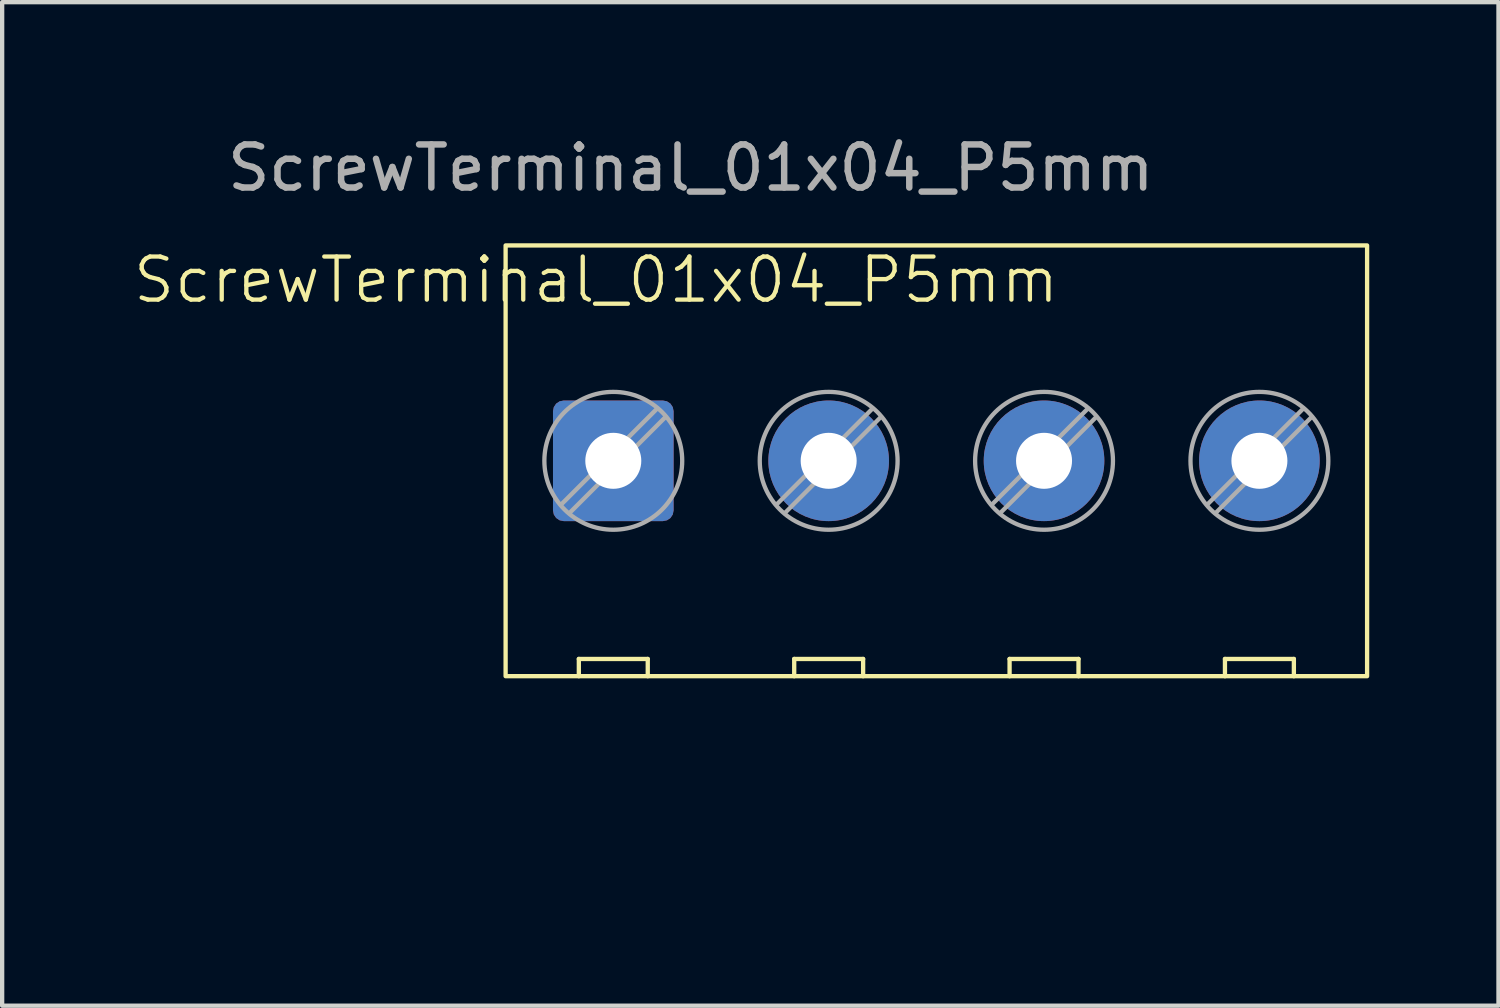
<source format=kicad_pcb>
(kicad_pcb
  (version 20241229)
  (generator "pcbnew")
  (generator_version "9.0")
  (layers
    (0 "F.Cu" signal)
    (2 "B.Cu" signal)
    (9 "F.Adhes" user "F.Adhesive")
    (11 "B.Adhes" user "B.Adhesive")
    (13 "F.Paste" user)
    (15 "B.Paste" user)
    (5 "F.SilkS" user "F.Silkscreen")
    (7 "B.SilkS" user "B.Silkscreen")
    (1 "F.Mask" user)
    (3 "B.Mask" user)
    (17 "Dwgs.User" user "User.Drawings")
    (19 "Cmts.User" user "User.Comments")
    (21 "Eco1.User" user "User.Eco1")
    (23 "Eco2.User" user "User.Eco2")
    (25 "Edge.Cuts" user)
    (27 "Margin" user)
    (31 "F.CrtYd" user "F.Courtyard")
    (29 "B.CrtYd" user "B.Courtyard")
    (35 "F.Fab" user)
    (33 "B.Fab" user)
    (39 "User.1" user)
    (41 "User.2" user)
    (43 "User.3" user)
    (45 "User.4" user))
  (footprint "ScrewTerminal_01x04_P5mm"
    (layer "F.Cu")
    (at 15.988 17.048)
    (property "Reference" "ScrewTerminal_01x04_P5mm" (at -5.2 -13.6 0) (unlocked yes) (layer "F.SilkS") (effects (font (size 1 1) (thickness 0.1))))
    (attr smd)
    (fp_line (start -5.6 -4.8) (end -4 -4.8) (stroke (width 0.1) (type default)) (layer "F.SilkS"))
    (fp_line (start -5.6 -4.4) (end -5.6 -4.8) (stroke (width 0.1) (type default)) (layer "F.SilkS"))
    (fp_line (start -4 -4.8) (end -4 -4.4) (stroke (width 0.1) (type default)) (layer "F.SilkS"))
    (fp_line (start -0.6 -4.8) (end 1 -4.8) (stroke (width 0.1) (type default)) (layer "F.SilkS"))
    (fp_line (start -0.6 -4.4) (end -0.6 -4.8) (stroke (width 0.1) (type default)) (layer "F.SilkS"))
    (fp_line (start 1 -4.8) (end 1 -4.4) (stroke (width 0.1) (type default)) (layer "F.SilkS"))
    (fp_line (start 4.4 -4.8) (end 6 -4.8) (stroke (width 0.1) (type default)) (layer "F.SilkS"))
    (fp_line (start 4.4 -4.4) (end 4.4 -4.8) (stroke (width 0.1) (type default)) (layer "F.SilkS"))
    (fp_line (start 6 -4.8) (end 6 -4.4) (stroke (width 0.1) (type default)) (layer "F.SilkS"))
    (fp_line (start 9.4 -4.8) (end 11 -4.8) (stroke (width 0.1) (type default)) (layer "F.SilkS"))
    (fp_line (start 9.4 -4.4) (end 9.4 -4.8) (stroke (width 0.1) (type default)) (layer "F.SilkS"))
    (fp_line (start 11 -4.8) (end 11 -4.4) (stroke (width 0.1) (type default)) (layer "F.SilkS"))
    (fp_rect (start -7.3 -14.4) (end 12.7 -4.4) (stroke (width 0.1) (type default)) (fill no) (layer "F.SilkS"))
    (fp_line (start -3.782 -10.613) (end -6.013 -8.382) (stroke (width 0.1) (type solid)) (layer "F.Fab"))
    (fp_line (start -3.587 -10.418) (end -5.818 -8.187) (stroke (width 0.1) (type solid)) (layer "F.Fab"))
    (fp_line (start 1.218 -10.613) (end -1.013 -8.382) (stroke (width 0.1) (type solid)) (layer "F.Fab"))
    (fp_line (start 1.413 -10.418) (end -0.818 -8.187) (stroke (width 0.1) (type solid)) (layer "F.Fab"))
    (fp_line (start 6.218 -10.613) (end 3.987 -8.382) (stroke (width 0.1) (type solid)) (layer "F.Fab"))
    (fp_line (start 6.413 -10.418) (end 4.182 -8.187) (stroke (width 0.1) (type solid)) (layer "F.Fab"))
    (fp_line (start 11.218 -10.613) (end 8.987 -8.382) (stroke (width 0.1) (type solid)) (layer "F.Fab"))
    (fp_line (start 11.413 -10.418) (end 9.182 -8.187) (stroke (width 0.1) (type solid)) (layer "F.Fab"))
    (fp_circle (center -4.8 -9.4) (end -3.2 -9.4) (stroke (width 0.1) (type solid)) (fill no) (layer "F.Fab"))
    (fp_circle (center 0.2 -9.4) (end 1.8 -9.4) (stroke (width 0.1) (type solid)) (fill no) (layer "F.Fab"))
    (fp_circle (center 5.2 -9.4) (end 6.8 -9.4) (stroke (width 0.1) (type solid)) (fill no) (layer "F.Fab"))
    (fp_circle (center 10.2 -9.4) (end 11.8 -9.4) (stroke (width 0.1) (type solid)) (fill no) (layer "F.Fab"))
    (fp_text user "${REFERENCE}" (at -3 -16.2 0) (unlocked yes) (layer "F.Fab") (effects (font (size 1 1) (thickness 0.15))))
    (pad "1" thru_hole roundrect (at -4.8 -9.4) (size 2.8 2.8) (drill 1.3) (layers "*.Cu" "*.Mask") (roundrect_rratio 0.089))
    (pad "2" thru_hole circle (at 0.2 -9.4) (size 2.8 2.8) (drill 1.3) (layers "*.Cu" "*.Mask"))
    (pad "3" thru_hole circle (at 5.2 -9.4) (size 2.8 2.8) (drill 1.3) (layers "*.Cu" "*.Mask"))
    (pad "4" thru_hole circle (at 10.2 -9.4) (size 2.8 2.8) (drill 1.3) (layers "*.Cu" "*.Mask")))
  (gr_rect
    (start -3 -3)
    (end 31.738 20.298)
    (stroke (width 0.1) (type default))
    (fill no)
    (layer "Edge.Cuts")))
</source>
